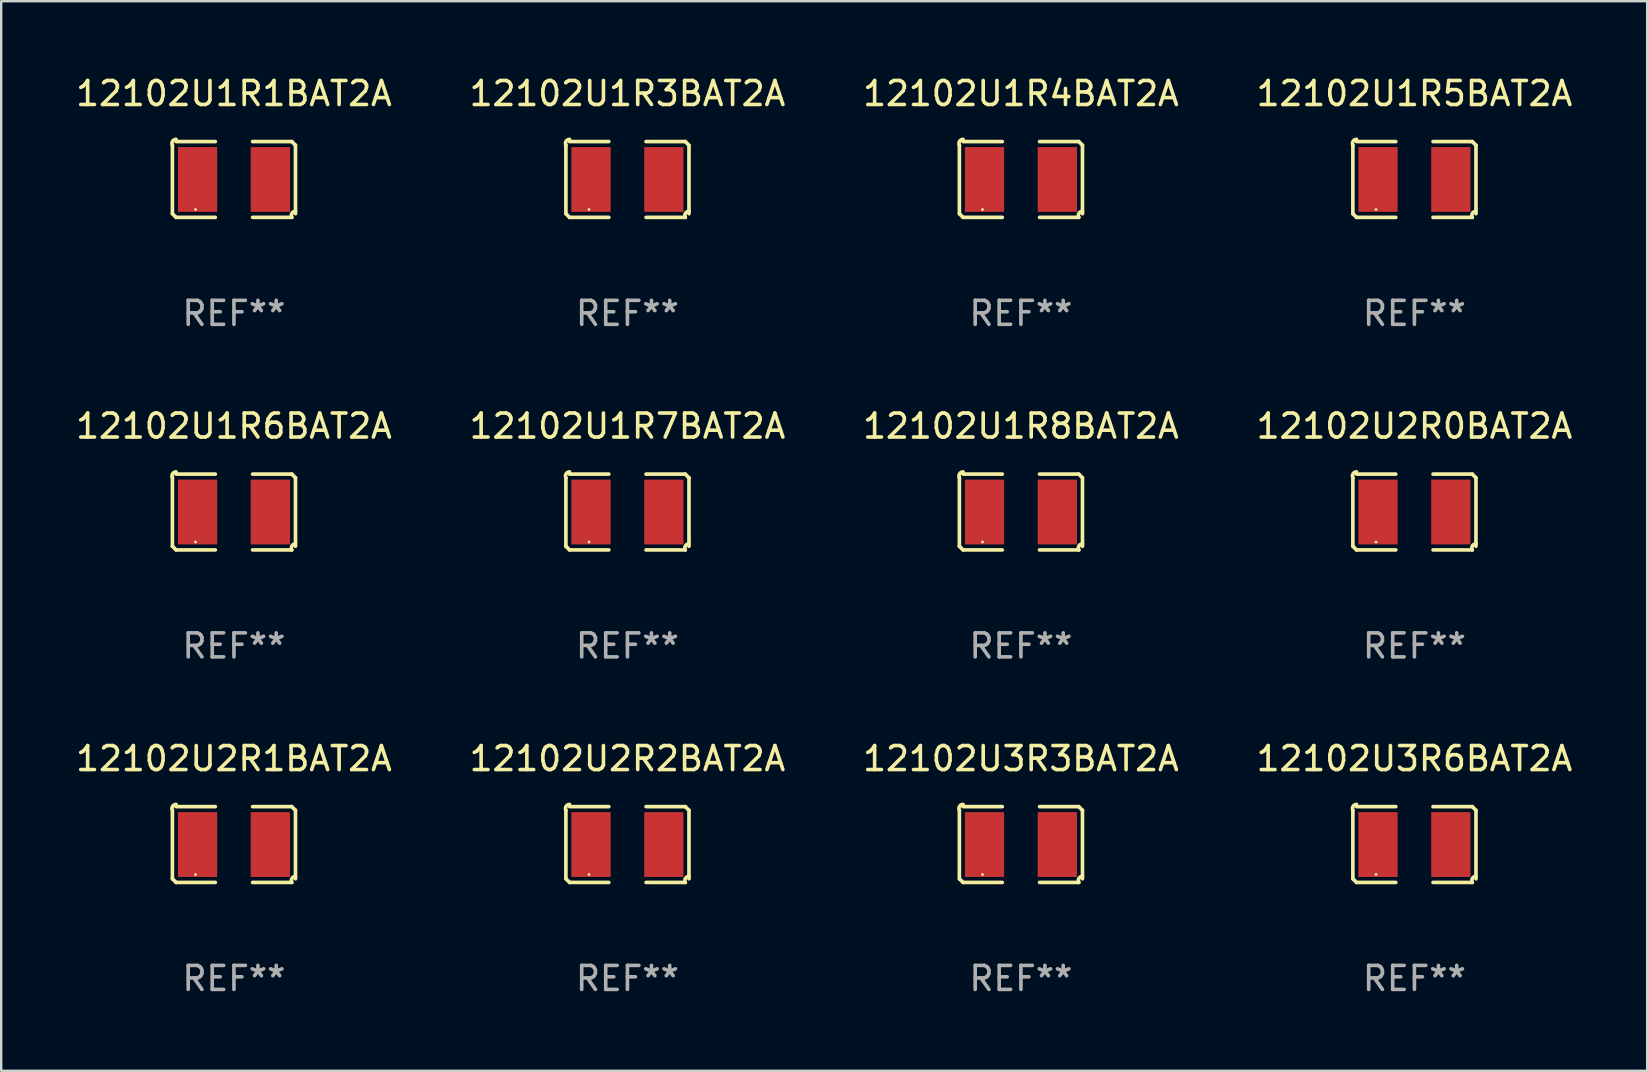
<source format=kicad_pcb>
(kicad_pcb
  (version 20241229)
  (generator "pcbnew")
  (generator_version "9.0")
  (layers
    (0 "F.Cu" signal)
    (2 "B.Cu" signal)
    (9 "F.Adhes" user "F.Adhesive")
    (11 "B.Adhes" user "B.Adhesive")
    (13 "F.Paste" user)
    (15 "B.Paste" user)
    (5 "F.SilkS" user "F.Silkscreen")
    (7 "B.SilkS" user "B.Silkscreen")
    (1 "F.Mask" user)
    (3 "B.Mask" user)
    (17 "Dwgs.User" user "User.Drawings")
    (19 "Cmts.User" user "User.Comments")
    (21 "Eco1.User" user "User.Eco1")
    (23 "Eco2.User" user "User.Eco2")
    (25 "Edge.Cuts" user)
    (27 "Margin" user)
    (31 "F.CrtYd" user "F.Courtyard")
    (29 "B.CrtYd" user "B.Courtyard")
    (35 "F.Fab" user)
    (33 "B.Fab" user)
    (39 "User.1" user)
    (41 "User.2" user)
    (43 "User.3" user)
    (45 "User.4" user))
  (footprint "12102U1R1BAT2A"
    (layer "F.Cu")
    (at 6.696 4.427)
    (property "Reference" "12102U1R1BAT2A" (at 0 -3.579 0) (layer "F.SilkS") (effects (font (size 1 1) (thickness 0.15))))
    (attr through_hole)
    (fp_line (start -2.564 1.426) (end -2.564 -1.426) (stroke (width 0.152) (type solid)) (layer "F.SilkS"))
    (fp_line (start -2.411 -1.579) (end -0.776 -1.579) (stroke (width 0.152) (type solid)) (layer "F.SilkS"))
    (fp_line (start -0.776 1.579) (end -2.411 1.579) (stroke (width 0.152) (type solid)) (layer "F.SilkS"))
    (fp_line (start 0.776 1.579) (end 2.411 1.579) (stroke (width 0.152) (type solid)) (layer "F.SilkS"))
    (fp_line (start 2.411 -1.579) (end 0.776 -1.579) (stroke (width 0.152) (type solid)) (layer "F.SilkS"))
    (fp_line (start 2.564 1.426) (end 2.564 -1.426) (stroke (width 0.152) (type solid)) (layer "F.SilkS"))
    (fp_arc (start -2.563602 -1.426213) (mid -2.555597 -1.591233) (end -2.411201 -1.671518) (stroke (width 0.1524) (type solid)) (layer "F.SilkS"))
    (fp_arc (start -2.5636 1.426214) (mid -2.487389 1.502402) (end -2.411201 1.578613) (stroke (width 0.1524) (type solid)) (layer "F.SilkS"))
    (fp_arc (start 2.411197 -1.578618) (mid 2.487403 -1.502419) (end 2.563602 -1.426213) (stroke (width 0.1524) (type solid)) (layer "F.SilkS"))
    (fp_arc (start 2.411201 1.578613) (mid 2.416214 1.409455) (end 2.563602 1.32629) (stroke (width 0.1524) (type solid)) (layer "F.SilkS"))
    (fp_circle (center -1.6 1.25) (end -1.57 1.25) (stroke (width 0.06) (type solid)) (fill no) (layer "F.SilkS"))
    (fp_text user "REF**" (at 0 5.579 0) (layer "F.Fab") (effects (font (size 1 1) (thickness 0.15))))
    (pad "1" smd rect (at -1.517 0) (size 1.635 2.7) (layers "F.Cu" "F.Mask" "F.Paste"))
    (pad "2" smd rect (at 1.517 0) (size 1.635 2.7) (layers "F.Cu" "F.Mask" "F.Paste")))
  (footprint "12102U3R3BAT2A"
    (layer "F.Cu")
    (at 39.482 32.134)
    (property "Reference" "12102U3R3BAT2A" (at 0 -3.579 0) (layer "F.SilkS") (effects (font (size 1 1) (thickness 0.15))))
    (attr through_hole)
    (fp_line (start -2.564 1.426) (end -2.564 -1.426) (stroke (width 0.152) (type solid)) (layer "F.SilkS"))
    (fp_line (start -2.411 -1.579) (end -0.776 -1.579) (stroke (width 0.152) (type solid)) (layer "F.SilkS"))
    (fp_line (start -0.776 1.579) (end -2.411 1.579) (stroke (width 0.152) (type solid)) (layer "F.SilkS"))
    (fp_line (start 0.776 1.579) (end 2.411 1.579) (stroke (width 0.152) (type solid)) (layer "F.SilkS"))
    (fp_line (start 2.411 -1.579) (end 0.776 -1.579) (stroke (width 0.152) (type solid)) (layer "F.SilkS"))
    (fp_line (start 2.564 1.426) (end 2.564 -1.426) (stroke (width 0.152) (type solid)) (layer "F.SilkS"))
    (fp_arc (start -2.563602 -1.426213) (mid -2.555597 -1.591233) (end -2.411201 -1.671518) (stroke (width 0.1524) (type solid)) (layer "F.SilkS"))
    (fp_arc (start -2.5636 1.426214) (mid -2.487389 1.502402) (end -2.411201 1.578613) (stroke (width 0.1524) (type solid)) (layer "F.SilkS"))
    (fp_arc (start 2.411197 -1.578618) (mid 2.487403 -1.502419) (end 2.563602 -1.426213) (stroke (width 0.1524) (type solid)) (layer "F.SilkS"))
    (fp_arc (start 2.411201 1.578613) (mid 2.416214 1.409455) (end 2.563602 1.32629) (stroke (width 0.1524) (type solid)) (layer "F.SilkS"))
    (fp_circle (center -1.6 1.25) (end -1.57 1.25) (stroke (width 0.06) (type solid)) (fill no) (layer "F.SilkS"))
    (fp_text user "REF**" (at 0 5.579 0) (layer "F.Fab") (effects (font (size 1 1) (thickness 0.15))))
    (pad "1" smd rect (at -1.517 0) (size 1.635 2.7) (layers "F.Cu" "F.Mask" "F.Paste"))
    (pad "2" smd rect (at 1.517 0) (size 1.635 2.7) (layers "F.Cu" "F.Mask" "F.Paste")))
  (footprint "12102U1R4BAT2A"
    (layer "F.Cu")
    (at 39.482 4.427)
    (property "Reference" "12102U1R4BAT2A" (at 0 -3.579 0) (layer "F.SilkS") (effects (font (size 1 1) (thickness 0.15))))
    (attr through_hole)
    (fp_line (start -2.564 1.426) (end -2.564 -1.426) (stroke (width 0.152) (type solid)) (layer "F.SilkS"))
    (fp_line (start -2.411 -1.579) (end -0.776 -1.579) (stroke (width 0.152) (type solid)) (layer "F.SilkS"))
    (fp_line (start -0.776 1.579) (end -2.411 1.579) (stroke (width 0.152) (type solid)) (layer "F.SilkS"))
    (fp_line (start 0.776 1.579) (end 2.411 1.579) (stroke (width 0.152) (type solid)) (layer "F.SilkS"))
    (fp_line (start 2.411 -1.579) (end 0.776 -1.579) (stroke (width 0.152) (type solid)) (layer "F.SilkS"))
    (fp_line (start 2.564 1.426) (end 2.564 -1.426) (stroke (width 0.152) (type solid)) (layer "F.SilkS"))
    (fp_arc (start -2.563602 -1.426213) (mid -2.555597 -1.591233) (end -2.411201 -1.671518) (stroke (width 0.1524) (type solid)) (layer "F.SilkS"))
    (fp_arc (start -2.5636 1.426214) (mid -2.487389 1.502402) (end -2.411201 1.578613) (stroke (width 0.1524) (type solid)) (layer "F.SilkS"))
    (fp_arc (start 2.411197 -1.578618) (mid 2.487403 -1.502419) (end 2.563602 -1.426213) (stroke (width 0.1524) (type solid)) (layer "F.SilkS"))
    (fp_arc (start 2.411201 1.578613) (mid 2.416214 1.409455) (end 2.563602 1.32629) (stroke (width 0.1524) (type solid)) (layer "F.SilkS"))
    (fp_circle (center -1.6 1.25) (end -1.57 1.25) (stroke (width 0.06) (type solid)) (fill no) (layer "F.SilkS"))
    (fp_text user "REF**" (at 0 5.579 0) (layer "F.Fab") (effects (font (size 1 1) (thickness 0.15))))
    (pad "1" smd rect (at -1.517 0) (size 1.635 2.7) (layers "F.Cu" "F.Mask" "F.Paste"))
    (pad "2" smd rect (at 1.517 0) (size 1.635 2.7) (layers "F.Cu" "F.Mask" "F.Paste")))
  (footprint "12102U1R7BAT2A"
    (layer "F.Cu")
    (at 23.089 18.281)
    (property "Reference" "12102U1R7BAT2A" (at 0 -3.579 0) (layer "F.SilkS") (effects (font (size 1 1) (thickness 0.15))))
    (attr through_hole)
    (fp_line (start -2.564 1.426) (end -2.564 -1.426) (stroke (width 0.152) (type solid)) (layer "F.SilkS"))
    (fp_line (start -2.411 -1.579) (end -0.776 -1.579) (stroke (width 0.152) (type solid)) (layer "F.SilkS"))
    (fp_line (start -0.776 1.579) (end -2.411 1.579) (stroke (width 0.152) (type solid)) (layer "F.SilkS"))
    (fp_line (start 0.776 1.579) (end 2.411 1.579) (stroke (width 0.152) (type solid)) (layer "F.SilkS"))
    (fp_line (start 2.411 -1.579) (end 0.776 -1.579) (stroke (width 0.152) (type solid)) (layer "F.SilkS"))
    (fp_line (start 2.564 1.426) (end 2.564 -1.426) (stroke (width 0.152) (type solid)) (layer "F.SilkS"))
    (fp_arc (start -2.563602 -1.426213) (mid -2.555597 -1.591233) (end -2.411201 -1.671518) (stroke (width 0.1524) (type solid)) (layer "F.SilkS"))
    (fp_arc (start -2.5636 1.426214) (mid -2.487389 1.502402) (end -2.411201 1.578613) (stroke (width 0.1524) (type solid)) (layer "F.SilkS"))
    (fp_arc (start 2.411197 -1.578618) (mid 2.487403 -1.502419) (end 2.563602 -1.426213) (stroke (width 0.1524) (type solid)) (layer "F.SilkS"))
    (fp_arc (start 2.411201 1.578613) (mid 2.416214 1.409455) (end 2.563602 1.32629) (stroke (width 0.1524) (type solid)) (layer "F.SilkS"))
    (fp_circle (center -1.6 1.25) (end -1.57 1.25) (stroke (width 0.06) (type solid)) (fill no) (layer "F.SilkS"))
    (fp_text user "REF**" (at 0 5.579 0) (layer "F.Fab") (effects (font (size 1 1) (thickness 0.15))))
    (pad "1" smd rect (at -1.517 0) (size 1.635 2.7) (layers "F.Cu" "F.Mask" "F.Paste"))
    (pad "2" smd rect (at 1.517 0) (size 1.635 2.7) (layers "F.Cu" "F.Mask" "F.Paste")))
  (footprint "12102U1R8BAT2A"
    (layer "F.Cu")
    (at 39.482 18.281)
    (property "Reference" "12102U1R8BAT2A" (at 0 -3.579 0) (layer "F.SilkS") (effects (font (size 1 1) (thickness 0.15))))
    (attr through_hole)
    (fp_line (start -2.564 1.426) (end -2.564 -1.426) (stroke (width 0.152) (type solid)) (layer "F.SilkS"))
    (fp_line (start -2.411 -1.579) (end -0.776 -1.579) (stroke (width 0.152) (type solid)) (layer "F.SilkS"))
    (fp_line (start -0.776 1.579) (end -2.411 1.579) (stroke (width 0.152) (type solid)) (layer "F.SilkS"))
    (fp_line (start 0.776 1.579) (end 2.411 1.579) (stroke (width 0.152) (type solid)) (layer "F.SilkS"))
    (fp_line (start 2.411 -1.579) (end 0.776 -1.579) (stroke (width 0.152) (type solid)) (layer "F.SilkS"))
    (fp_line (start 2.564 1.426) (end 2.564 -1.426) (stroke (width 0.152) (type solid)) (layer "F.SilkS"))
    (fp_arc (start -2.563602 -1.426213) (mid -2.555597 -1.591233) (end -2.411201 -1.671518) (stroke (width 0.1524) (type solid)) (layer "F.SilkS"))
    (fp_arc (start -2.5636 1.426214) (mid -2.487389 1.502402) (end -2.411201 1.578613) (stroke (width 0.1524) (type solid)) (layer "F.SilkS"))
    (fp_arc (start 2.411197 -1.578618) (mid 2.487403 -1.502419) (end 2.563602 -1.426213) (stroke (width 0.1524) (type solid)) (layer "F.SilkS"))
    (fp_arc (start 2.411201 1.578613) (mid 2.416214 1.409455) (end 2.563602 1.32629) (stroke (width 0.1524) (type solid)) (layer "F.SilkS"))
    (fp_circle (center -1.6 1.25) (end -1.57 1.25) (stroke (width 0.06) (type solid)) (fill no) (layer "F.SilkS"))
    (fp_text user "REF**" (at 0 5.579 0) (layer "F.Fab") (effects (font (size 1 1) (thickness 0.15))))
    (pad "1" smd rect (at -1.517 0) (size 1.635 2.7) (layers "F.Cu" "F.Mask" "F.Paste"))
    (pad "2" smd rect (at 1.517 0) (size 1.635 2.7) (layers "F.Cu" "F.Mask" "F.Paste")))
  (footprint "12102U2R2BAT2A"
    (layer "F.Cu")
    (at 23.089 32.134)
    (property "Reference" "12102U2R2BAT2A" (at 0 -3.579 0) (layer "F.SilkS") (effects (font (size 1 1) (thickness 0.15))))
    (attr through_hole)
    (fp_line (start -2.564 1.426) (end -2.564 -1.426) (stroke (width 0.152) (type solid)) (layer "F.SilkS"))
    (fp_line (start -2.411 -1.579) (end -0.776 -1.579) (stroke (width 0.152) (type solid)) (layer "F.SilkS"))
    (fp_line (start -0.776 1.579) (end -2.411 1.579) (stroke (width 0.152) (type solid)) (layer "F.SilkS"))
    (fp_line (start 0.776 1.579) (end 2.411 1.579) (stroke (width 0.152) (type solid)) (layer "F.SilkS"))
    (fp_line (start 2.411 -1.579) (end 0.776 -1.579) (stroke (width 0.152) (type solid)) (layer "F.SilkS"))
    (fp_line (start 2.564 1.426) (end 2.564 -1.426) (stroke (width 0.152) (type solid)) (layer "F.SilkS"))
    (fp_arc (start -2.563602 -1.426213) (mid -2.555597 -1.591233) (end -2.411201 -1.671518) (stroke (width 0.1524) (type solid)) (layer "F.SilkS"))
    (fp_arc (start -2.5636 1.426214) (mid -2.487389 1.502402) (end -2.411201 1.578613) (stroke (width 0.1524) (type solid)) (layer "F.SilkS"))
    (fp_arc (start 2.411197 -1.578618) (mid 2.487403 -1.502419) (end 2.563602 -1.426213) (stroke (width 0.1524) (type solid)) (layer "F.SilkS"))
    (fp_arc (start 2.411201 1.578613) (mid 2.416214 1.409455) (end 2.563602 1.32629) (stroke (width 0.1524) (type solid)) (layer "F.SilkS"))
    (fp_circle (center -1.6 1.25) (end -1.57 1.25) (stroke (width 0.06) (type solid)) (fill no) (layer "F.SilkS"))
    (fp_text user "REF**" (at 0 5.579 0) (layer "F.Fab") (effects (font (size 1 1) (thickness 0.15))))
    (pad "1" smd rect (at -1.517 0) (size 1.635 2.7) (layers "F.Cu" "F.Mask" "F.Paste"))
    (pad "2" smd rect (at 1.517 0) (size 1.635 2.7) (layers "F.Cu" "F.Mask" "F.Paste")))
  (footprint "12102U2R0BAT2A"
    (layer "F.Cu")
    (at 55.875 18.281)
    (property "Reference" "12102U2R0BAT2A" (at 0 -3.579 0) (layer "F.SilkS") (effects (font (size 1 1) (thickness 0.15))))
    (attr through_hole)
    (fp_line (start -2.564 1.426) (end -2.564 -1.426) (stroke (width 0.152) (type solid)) (layer "F.SilkS"))
    (fp_line (start -2.411 -1.579) (end -0.776 -1.579) (stroke (width 0.152) (type solid)) (layer "F.SilkS"))
    (fp_line (start -0.776 1.579) (end -2.411 1.579) (stroke (width 0.152) (type solid)) (layer "F.SilkS"))
    (fp_line (start 0.776 1.579) (end 2.411 1.579) (stroke (width 0.152) (type solid)) (layer "F.SilkS"))
    (fp_line (start 2.411 -1.579) (end 0.776 -1.579) (stroke (width 0.152) (type solid)) (layer "F.SilkS"))
    (fp_line (start 2.564 1.426) (end 2.564 -1.426) (stroke (width 0.152) (type solid)) (layer "F.SilkS"))
    (fp_arc (start -2.563602 -1.426213) (mid -2.555597 -1.591233) (end -2.411201 -1.671518) (stroke (width 0.1524) (type solid)) (layer "F.SilkS"))
    (fp_arc (start -2.5636 1.426214) (mid -2.487389 1.502402) (end -2.411201 1.578613) (stroke (width 0.1524) (type solid)) (layer "F.SilkS"))
    (fp_arc (start 2.411197 -1.578618) (mid 2.487403 -1.502419) (end 2.563602 -1.426213) (stroke (width 0.1524) (type solid)) (layer "F.SilkS"))
    (fp_arc (start 2.411201 1.578613) (mid 2.416214 1.409455) (end 2.563602 1.32629) (stroke (width 0.1524) (type solid)) (layer "F.SilkS"))
    (fp_circle (center -1.6 1.25) (end -1.57 1.25) (stroke (width 0.06) (type solid)) (fill no) (layer "F.SilkS"))
    (fp_text user "REF**" (at 0 5.579 0) (layer "F.Fab") (effects (font (size 1 1) (thickness 0.15))))
    (pad "1" smd rect (at -1.517 0) (size 1.635 2.7) (layers "F.Cu" "F.Mask" "F.Paste"))
    (pad "2" smd rect (at 1.517 0) (size 1.635 2.7) (layers "F.Cu" "F.Mask" "F.Paste")))
  (footprint "12102U3R6BAT2A"
    (layer "F.Cu")
    (at 55.875 32.134)
    (property "Reference" "12102U3R6BAT2A" (at 0 -3.579 0) (layer "F.SilkS") (effects (font (size 1 1) (thickness 0.15))))
    (attr through_hole)
    (fp_line (start -2.564 1.426) (end -2.564 -1.426) (stroke (width 0.152) (type solid)) (layer "F.SilkS"))
    (fp_line (start -2.411 -1.579) (end -0.776 -1.579) (stroke (width 0.152) (type solid)) (layer "F.SilkS"))
    (fp_line (start -0.776 1.579) (end -2.411 1.579) (stroke (width 0.152) (type solid)) (layer "F.SilkS"))
    (fp_line (start 0.776 1.579) (end 2.411 1.579) (stroke (width 0.152) (type solid)) (layer "F.SilkS"))
    (fp_line (start 2.411 -1.579) (end 0.776 -1.579) (stroke (width 0.152) (type solid)) (layer "F.SilkS"))
    (fp_line (start 2.564 1.426) (end 2.564 -1.426) (stroke (width 0.152) (type solid)) (layer "F.SilkS"))
    (fp_arc (start -2.563602 -1.426213) (mid -2.555597 -1.591233) (end -2.411201 -1.671518) (stroke (width 0.1524) (type solid)) (layer "F.SilkS"))
    (fp_arc (start -2.5636 1.426214) (mid -2.487389 1.502402) (end -2.411201 1.578613) (stroke (width 0.1524) (type solid)) (layer "F.SilkS"))
    (fp_arc (start 2.411197 -1.578618) (mid 2.487403 -1.502419) (end 2.563602 -1.426213) (stroke (width 0.1524) (type solid)) (layer "F.SilkS"))
    (fp_arc (start 2.411201 1.578613) (mid 2.416214 1.409455) (end 2.563602 1.32629) (stroke (width 0.1524) (type solid)) (layer "F.SilkS"))
    (fp_circle (center -1.6 1.25) (end -1.57 1.25) (stroke (width 0.06) (type solid)) (fill no) (layer "F.SilkS"))
    (fp_text user "REF**" (at 0 5.579 0) (layer "F.Fab") (effects (font (size 1 1) (thickness 0.15))))
    (pad "1" smd rect (at -1.517 0) (size 1.635 2.7) (layers "F.Cu" "F.Mask" "F.Paste"))
    (pad "2" smd rect (at 1.517 0) (size 1.635 2.7) (layers "F.Cu" "F.Mask" "F.Paste")))
  (footprint "12102U2R1BAT2A"
    (layer "F.Cu")
    (at 6.696 32.134)
    (property "Reference" "12102U2R1BAT2A" (at 0 -3.579 0) (layer "F.SilkS") (effects (font (size 1 1) (thickness 0.15))))
    (attr through_hole)
    (fp_line (start -2.564 1.426) (end -2.564 -1.426) (stroke (width 0.152) (type solid)) (layer "F.SilkS"))
    (fp_line (start -2.411 -1.579) (end -0.776 -1.579) (stroke (width 0.152) (type solid)) (layer "F.SilkS"))
    (fp_line (start -0.776 1.579) (end -2.411 1.579) (stroke (width 0.152) (type solid)) (layer "F.SilkS"))
    (fp_line (start 0.776 1.579) (end 2.411 1.579) (stroke (width 0.152) (type solid)) (layer "F.SilkS"))
    (fp_line (start 2.411 -1.579) (end 0.776 -1.579) (stroke (width 0.152) (type solid)) (layer "F.SilkS"))
    (fp_line (start 2.564 1.426) (end 2.564 -1.426) (stroke (width 0.152) (type solid)) (layer "F.SilkS"))
    (fp_arc (start -2.563602 -1.426213) (mid -2.555597 -1.591233) (end -2.411201 -1.671518) (stroke (width 0.1524) (type solid)) (layer "F.SilkS"))
    (fp_arc (start -2.5636 1.426214) (mid -2.487389 1.502402) (end -2.411201 1.578613) (stroke (width 0.1524) (type solid)) (layer "F.SilkS"))
    (fp_arc (start 2.411197 -1.578618) (mid 2.487403 -1.502419) (end 2.563602 -1.426213) (stroke (width 0.1524) (type solid)) (layer "F.SilkS"))
    (fp_arc (start 2.411201 1.578613) (mid 2.416214 1.409455) (end 2.563602 1.32629) (stroke (width 0.1524) (type solid)) (layer "F.SilkS"))
    (fp_circle (center -1.6 1.25) (end -1.57 1.25) (stroke (width 0.06) (type solid)) (fill no) (layer "F.SilkS"))
    (fp_text user "REF**" (at 0 5.579 0) (layer "F.Fab") (effects (font (size 1 1) (thickness 0.15))))
    (pad "1" smd rect (at -1.517 0) (size 1.635 2.7) (layers "F.Cu" "F.Mask" "F.Paste"))
    (pad "2" smd rect (at 1.517 0) (size 1.635 2.7) (layers "F.Cu" "F.Mask" "F.Paste")))
  (footprint "12102U1R5BAT2A"
    (layer "F.Cu")
    (at 55.875 4.427)
    (property "Reference" "12102U1R5BAT2A" (at 0 -3.579 0) (layer "F.SilkS") (effects (font (size 1 1) (thickness 0.15))))
    (attr through_hole)
    (fp_line (start -2.564 1.426) (end -2.564 -1.426) (stroke (width 0.152) (type solid)) (layer "F.SilkS"))
    (fp_line (start -2.411 -1.579) (end -0.776 -1.579) (stroke (width 0.152) (type solid)) (layer "F.SilkS"))
    (fp_line (start -0.776 1.579) (end -2.411 1.579) (stroke (width 0.152) (type solid)) (layer "F.SilkS"))
    (fp_line (start 0.776 1.579) (end 2.411 1.579) (stroke (width 0.152) (type solid)) (layer "F.SilkS"))
    (fp_line (start 2.411 -1.579) (end 0.776 -1.579) (stroke (width 0.152) (type solid)) (layer "F.SilkS"))
    (fp_line (start 2.564 1.426) (end 2.564 -1.426) (stroke (width 0.152) (type solid)) (layer "F.SilkS"))
    (fp_arc (start -2.563602 -1.426213) (mid -2.555597 -1.591233) (end -2.411201 -1.671518) (stroke (width 0.1524) (type solid)) (layer "F.SilkS"))
    (fp_arc (start -2.5636 1.426214) (mid -2.487389 1.502402) (end -2.411201 1.578613) (stroke (width 0.1524) (type solid)) (layer "F.SilkS"))
    (fp_arc (start 2.411197 -1.578618) (mid 2.487403 -1.502419) (end 2.563602 -1.426213) (stroke (width 0.1524) (type solid)) (layer "F.SilkS"))
    (fp_arc (start 2.411201 1.578613) (mid 2.416214 1.409455) (end 2.563602 1.32629) (stroke (width 0.1524) (type solid)) (layer "F.SilkS"))
    (fp_circle (center -1.6 1.25) (end -1.57 1.25) (stroke (width 0.06) (type solid)) (fill no) (layer "F.SilkS"))
    (fp_text user "REF**" (at 0 5.579 0) (layer "F.Fab") (effects (font (size 1 1) (thickness 0.15))))
    (pad "1" smd rect (at -1.517 0) (size 1.635 2.7) (layers "F.Cu" "F.Mask" "F.Paste"))
    (pad "2" smd rect (at 1.517 0) (size 1.635 2.7) (layers "F.Cu" "F.Mask" "F.Paste")))
  (footprint "12102U1R6BAT2A"
    (layer "F.Cu")
    (at 6.696 18.281)
    (property "Reference" "12102U1R6BAT2A" (at 0 -3.579 0) (layer "F.SilkS") (effects (font (size 1 1) (thickness 0.15))))
    (attr through_hole)
    (fp_line (start -2.564 1.426) (end -2.564 -1.426) (stroke (width 0.152) (type solid)) (layer "F.SilkS"))
    (fp_line (start -2.411 -1.579) (end -0.776 -1.579) (stroke (width 0.152) (type solid)) (layer "F.SilkS"))
    (fp_line (start -0.776 1.579) (end -2.411 1.579) (stroke (width 0.152) (type solid)) (layer "F.SilkS"))
    (fp_line (start 0.776 1.579) (end 2.411 1.579) (stroke (width 0.152) (type solid)) (layer "F.SilkS"))
    (fp_line (start 2.411 -1.579) (end 0.776 -1.579) (stroke (width 0.152) (type solid)) (layer "F.SilkS"))
    (fp_line (start 2.564 1.426) (end 2.564 -1.426) (stroke (width 0.152) (type solid)) (layer "F.SilkS"))
    (fp_arc (start -2.563602 -1.426213) (mid -2.555597 -1.591233) (end -2.411201 -1.671518) (stroke (width 0.1524) (type solid)) (layer "F.SilkS"))
    (fp_arc (start -2.5636 1.426214) (mid -2.487389 1.502402) (end -2.411201 1.578613) (stroke (width 0.1524) (type solid)) (layer "F.SilkS"))
    (fp_arc (start 2.411197 -1.578618) (mid 2.487403 -1.502419) (end 2.563602 -1.426213) (stroke (width 0.1524) (type solid)) (layer "F.SilkS"))
    (fp_arc (start 2.411201 1.578613) (mid 2.416214 1.409455) (end 2.563602 1.32629) (stroke (width 0.1524) (type solid)) (layer "F.SilkS"))
    (fp_circle (center -1.6 1.25) (end -1.57 1.25) (stroke (width 0.06) (type solid)) (fill no) (layer "F.SilkS"))
    (fp_text user "REF**" (at 0 5.579 0) (layer "F.Fab") (effects (font (size 1 1) (thickness 0.15))))
    (pad "1" smd rect (at -1.517 0) (size 1.635 2.7) (layers "F.Cu" "F.Mask" "F.Paste"))
    (pad "2" smd rect (at 1.517 0) (size 1.635 2.7) (layers "F.Cu" "F.Mask" "F.Paste")))
  (footprint "12102U1R3BAT2A"
    (layer "F.Cu")
    (at 23.089 4.427)
    (property "Reference" "12102U1R3BAT2A" (at 0 -3.579 0) (layer "F.SilkS") (effects (font (size 1 1) (thickness 0.15))))
    (attr through_hole)
    (fp_line (start -2.564 1.426) (end -2.564 -1.426) (stroke (width 0.152) (type solid)) (layer "F.SilkS"))
    (fp_line (start -2.411 -1.579) (end -0.776 -1.579) (stroke (width 0.152) (type solid)) (layer "F.SilkS"))
    (fp_line (start -0.776 1.579) (end -2.411 1.579) (stroke (width 0.152) (type solid)) (layer "F.SilkS"))
    (fp_line (start 0.776 1.579) (end 2.411 1.579) (stroke (width 0.152) (type solid)) (layer "F.SilkS"))
    (fp_line (start 2.411 -1.579) (end 0.776 -1.579) (stroke (width 0.152) (type solid)) (layer "F.SilkS"))
    (fp_line (start 2.564 1.426) (end 2.564 -1.426) (stroke (width 0.152) (type solid)) (layer "F.SilkS"))
    (fp_arc (start -2.563602 -1.426213) (mid -2.555597 -1.591233) (end -2.411201 -1.671518) (stroke (width 0.1524) (type solid)) (layer "F.SilkS"))
    (fp_arc (start -2.5636 1.426214) (mid -2.487389 1.502402) (end -2.411201 1.578613) (stroke (width 0.1524) (type solid)) (layer "F.SilkS"))
    (fp_arc (start 2.411197 -1.578618) (mid 2.487403 -1.502419) (end 2.563602 -1.426213) (stroke (width 0.1524) (type solid)) (layer "F.SilkS"))
    (fp_arc (start 2.411201 1.578613) (mid 2.416214 1.409455) (end 2.563602 1.32629) (stroke (width 0.1524) (type solid)) (layer "F.SilkS"))
    (fp_circle (center -1.6 1.25) (end -1.57 1.25) (stroke (width 0.06) (type solid)) (fill no) (layer "F.SilkS"))
    (fp_text user "REF**" (at 0 5.579 0) (layer "F.Fab") (effects (font (size 1 1) (thickness 0.15))))
    (pad "1" smd rect (at -1.517 0) (size 1.635 2.7) (layers "F.Cu" "F.Mask" "F.Paste"))
    (pad "2" smd rect (at 1.517 0) (size 1.635 2.7) (layers "F.Cu" "F.Mask" "F.Paste")))
  (gr_rect
    (start -3 -3)
    (end 65.571 41.561)
    (stroke (width 0.1) (type default))
    (fill no)
    (layer "Edge.Cuts")))
</source>
